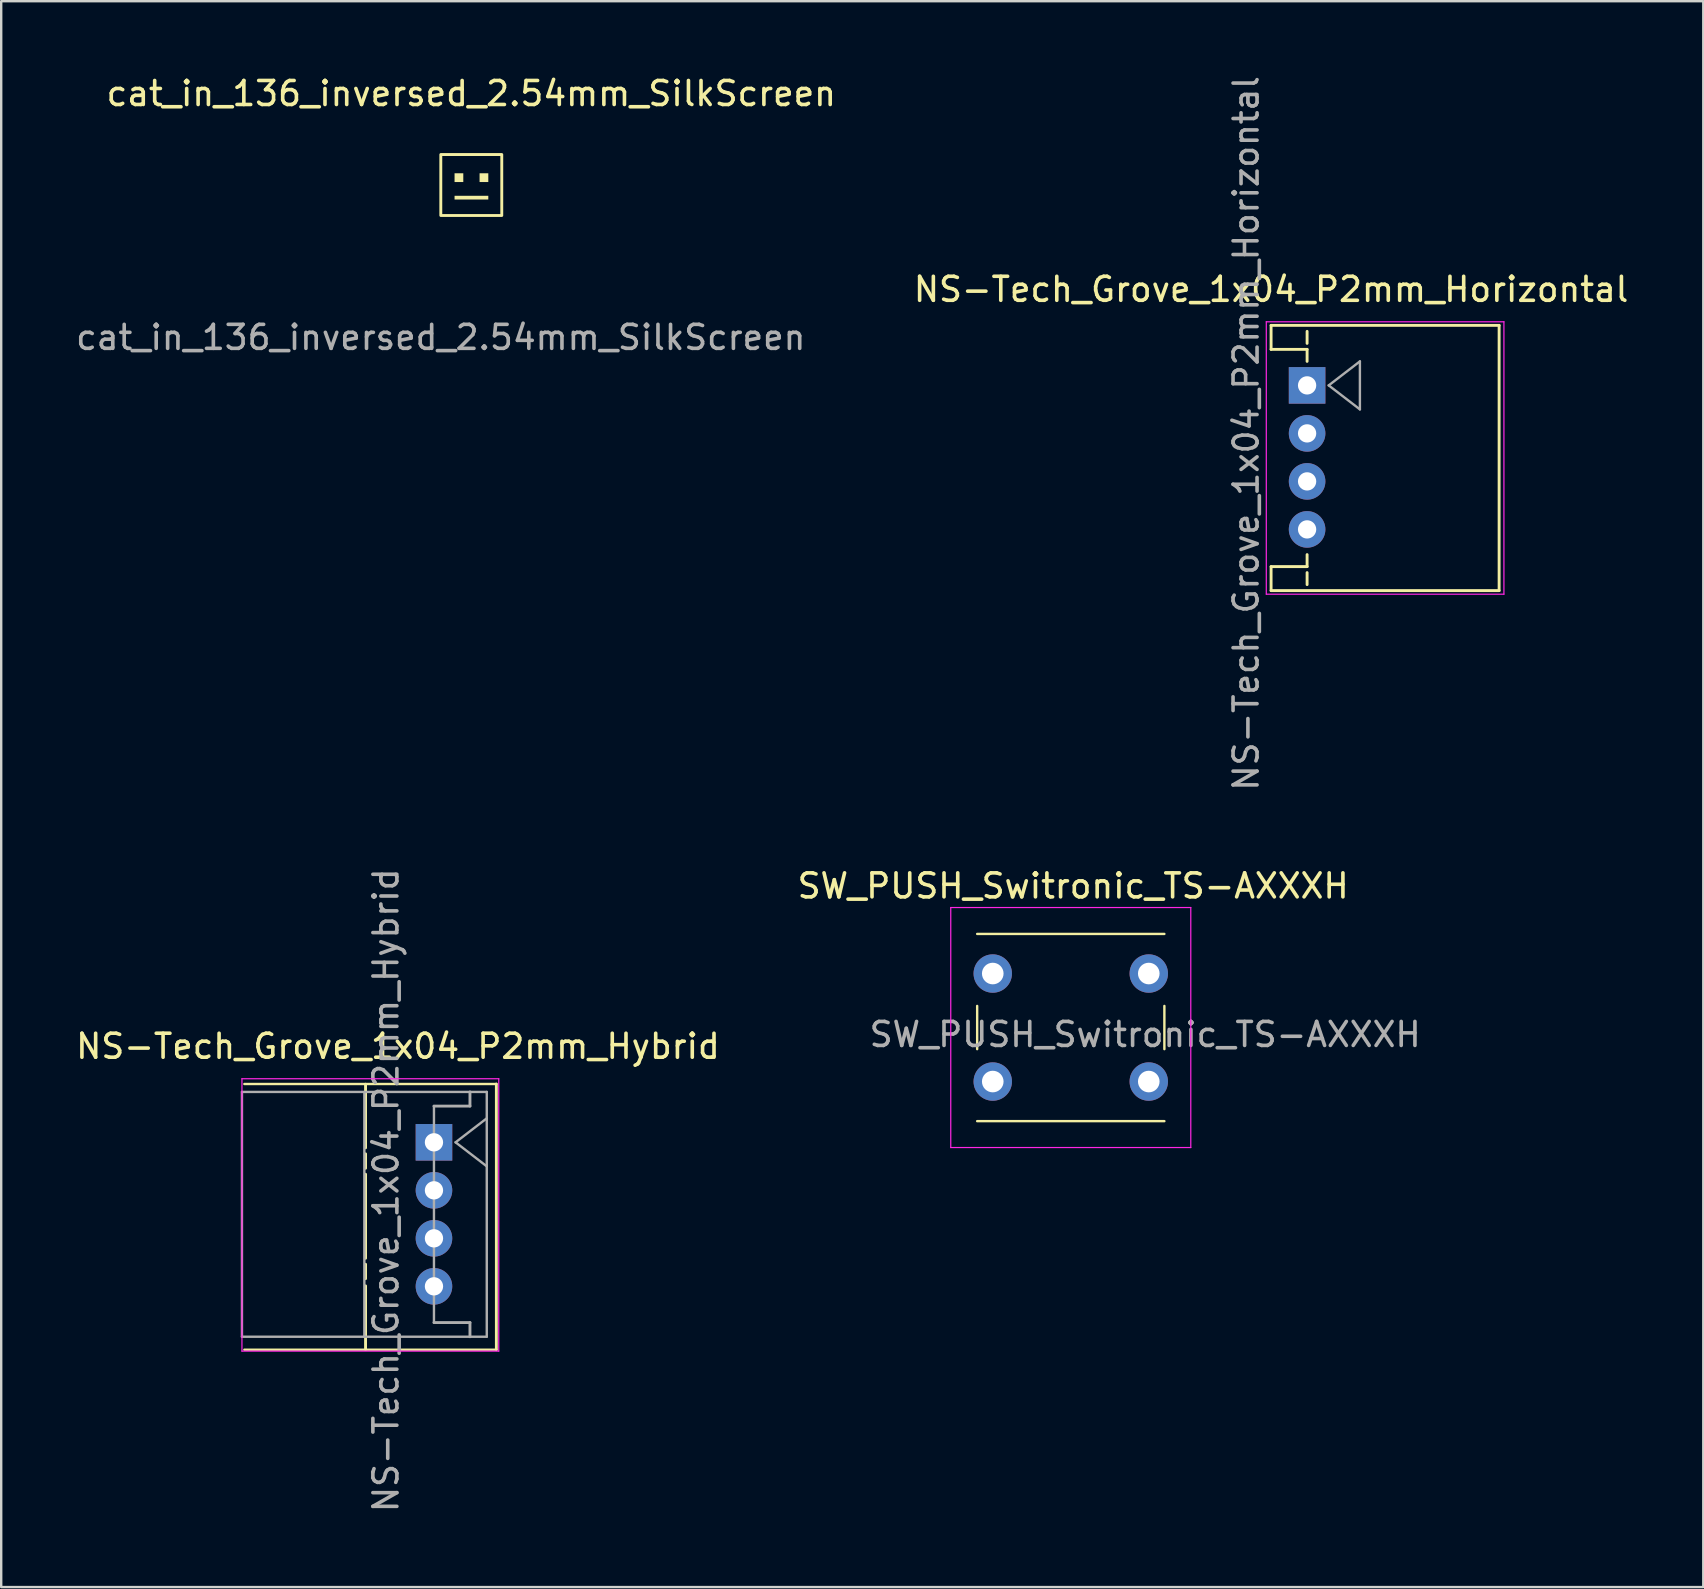
<source format=kicad_pcb>
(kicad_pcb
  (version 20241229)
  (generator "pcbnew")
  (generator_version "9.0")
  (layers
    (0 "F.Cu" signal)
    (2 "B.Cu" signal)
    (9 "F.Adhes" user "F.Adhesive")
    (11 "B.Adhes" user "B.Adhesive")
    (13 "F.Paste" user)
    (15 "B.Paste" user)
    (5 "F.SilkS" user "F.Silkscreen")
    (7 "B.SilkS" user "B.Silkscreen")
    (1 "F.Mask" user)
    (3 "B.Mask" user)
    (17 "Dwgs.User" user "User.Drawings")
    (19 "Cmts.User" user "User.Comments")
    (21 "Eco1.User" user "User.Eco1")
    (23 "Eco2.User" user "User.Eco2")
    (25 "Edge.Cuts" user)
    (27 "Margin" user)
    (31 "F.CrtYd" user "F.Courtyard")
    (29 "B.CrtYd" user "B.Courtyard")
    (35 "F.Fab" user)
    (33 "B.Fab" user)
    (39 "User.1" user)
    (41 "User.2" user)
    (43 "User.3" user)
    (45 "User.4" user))
  (footprint "cat_in_136_inversed_2.54mm_SilkScreen"
    (layer "F.Cu")
    (at 15.315 3.388)
    (property "Reference" "cat_in_136_inversed_2.54mm_SilkScreen" (at 1.27 -2.54 0) (unlocked yes) (layer "F.SilkS") (effects (font (size 1 1) (thickness 0.15))))
    (attr smd)
    (fp_rect (start 0 0) (end 2.54 2.54) (stroke (width 0.12) (type solid)) (fill no) (layer "F.SilkS"))
    (fp_poly (pts (xy 0.937 1.146) (xy 0.573 1.146) (xy 0.573 0.781) (xy 0.937 0.781)) (stroke (width 0) (type solid)) (fill yes) (layer "F.SilkS"))
    (fp_poly (pts (xy 1.979 1.146) (xy 1.615 1.146) (xy 1.615 0.781) (xy 1.979 0.781)) (stroke (width 0) (type solid)) (fill yes) (layer "F.SilkS"))
    (fp_poly (pts (xy 1.979 1.875) (xy 0.573 1.875) (xy 0.573 1.719) (xy 1.979 1.719)) (stroke (width 0) (type solid)) (fill yes) (layer "F.SilkS"))
    (fp_text user "${REFERENCE}" (at 0 7.62 0) (unlocked yes) (layer "F.Fab") (effects (font (size 1 1) (thickness 0.15)))))
  (footprint "SW_PUSH_Switronic_TS-AXXXH"
    (layer "F.Cu")
    (at 38.311 37.51)
    (property "Reference" "SW_PUSH_Switronic_TS-AXXXH" (at 3.35 -3.65 0) (layer "F.SilkS") (effects (font (size 1 1) (thickness 0.15))))
    (attr through_hole)
    (fp_line (start -0.65 -1.65) (end 7.15 -1.65) (stroke (width 0.1) (type solid)) (layer "F.SilkS"))
    (fp_line (start -0.65 3.15) (end -0.65 1.35) (stroke (width 0.1) (type solid)) (layer "F.SilkS"))
    (fp_line (start 7.15 1.35) (end 7.15 3.15) (stroke (width 0.1) (type solid)) (layer "F.SilkS"))
    (fp_line (start 7.15 6.15) (end -0.65 6.15) (stroke (width 0.1) (type solid)) (layer "F.SilkS"))
    (fp_line (start -1.75 -2.75) (end -1.75 7.25) (stroke (width 0.05) (type solid)) (layer "F.CrtYd"))
    (fp_line (start -1.75 -2.75) (end 8.25 -2.75) (stroke (width 0.05) (type solid)) (layer "F.CrtYd"))
    (fp_line (start -1.75 7.25) (end 8.25 7.25) (stroke (width 0.05) (type solid)) (layer "F.CrtYd"))
    (fp_line (start 8.25 7.25) (end 8.25 -2.75) (stroke (width 0.05) (type solid)) (layer "F.CrtYd"))
    (fp_text user "${REFERENCE}" (at 6.35 2.54 0) (layer "F.Fab") (effects (font (size 1 1) (thickness 0.15))))
    (pad "1" thru_hole circle (at 0 0) (size 1.6 1.6) (drill 0.9) (layers "*.Cu" "*.Mask"))
    (pad "1" thru_hole circle (at 6.5 0) (size 1.6 1.6) (drill 0.9) (layers "*.Cu" "*.Mask"))
    (pad "2" thru_hole circle (at 0 4.5) (size 1.6 1.6) (drill 0.9) (layers "*.Cu" "*.Mask"))
    (pad "2" thru_hole circle (at 6.5 4.5) (size 1.6 1.6) (drill 0.9) (layers "*.Cu" "*.Mask")))
  (footprint "NS-Tech_Grove_1x04_P2mm_Horizontal"
    (layer "F.Cu")
    (at 51.407 13.006)
    (property "Reference" "NS-Tech_Grove_1x04_P2mm_Horizontal" (at -1.5 -4 0) (layer "F.SilkS") (effects (font (size 1 1) (thickness 0.15))))
    (attr through_hole)
    (fp_line (start -1.5 -2.5) (end -1.5 -1.5) (stroke (width 0.12) (type solid)) (layer "F.SilkS"))
    (fp_line (start -1.5 -2.5) (end 8 -2.5) (stroke (width 0.12) (type solid)) (layer "F.SilkS"))
    (fp_line (start -1.5 -1.5) (end 0 -1.5) (stroke (width 0.12) (type solid)) (layer "F.SilkS"))
    (fp_line (start -1.5 7.55) (end -1.5 8.55) (stroke (width 0.12) (type solid)) (layer "F.SilkS"))
    (fp_line (start -1.5 7.55) (end 0 7.55) (stroke (width 0.12) (type solid)) (layer "F.SilkS"))
    (fp_line (start -1.5 8.55) (end 8 8.55) (stroke (width 0.12) (type solid)) (layer "F.SilkS"))
    (fp_line (start 0 -2.25) (end 0 -1.75) (stroke (width 0.12) (type solid)) (layer "F.SilkS"))
    (fp_line (start 0 -1.5) (end 0 -1) (stroke (width 0.12) (type solid)) (layer "F.SilkS"))
    (fp_line (start 0 7.05) (end 0 7.55) (stroke (width 0.12) (type solid)) (layer "F.SilkS"))
    (fp_line (start 0 7.8) (end 0 8.3) (stroke (width 0.12) (type solid)) (layer "F.SilkS"))
    (fp_line (start 8 -2.5) (end 8 8.55) (stroke (width 0.12) (type solid)) (layer "F.SilkS"))
    (fp_line (start -1.7 -2.65) (end -1.7 8.7) (stroke (width 0.05) (type solid)) (layer "F.CrtYd"))
    (fp_line (start -1.7 -2.65) (end 8.2 -2.65) (stroke (width 0.05) (type solid)) (layer "F.CrtYd"))
    (fp_line (start -1.7 8.7) (end 8.2 8.7) (stroke (width 0.05) (type solid)) (layer "F.CrtYd"))
    (fp_line (start 8.2 8.7) (end 8.2 -2.65) (stroke (width 0.05) (type solid)) (layer "F.CrtYd"))
    (fp_line (start 0.9 0) (end 2.2 1) (stroke (width 0.1) (type solid)) (layer "F.Fab"))
    (fp_line (start 2.2 -1) (end 0.9 0) (stroke (width 0.1) (type solid)) (layer "F.Fab"))
    (fp_line (start 2.2 -1) (end 2.2 1) (stroke (width 0.1) (type solid)) (layer "F.Fab"))
    (fp_text user "${REFERENCE}" (at -2.54 2 90) (layer "F.Fab") (effects (font (size 1 1) (thickness 0.15))))
    (pad "1" thru_hole rect (at 0 0) (size 1.524 1.524) (drill 0.762) (layers "*.Cu" "*.Mask"))
    (pad "2" thru_hole circle (at 0 2) (size 1.524 1.524) (drill 0.762) (layers "*.Cu" "*.Mask"))
    (pad "3" thru_hole circle (at 0 4) (size 1.524 1.524) (drill 0.762) (layers "*.Cu" "*.Mask"))
    (pad "4" thru_hole circle (at 0 6) (size 1.524 1.524) (drill 0.762) (layers "*.Cu" "*.Mask")))
  (footprint "NS-Tech_Grove_1x04_P2mm_Hybrid"
    (layer "F.Cu")
    (at 15.03 44.542)
    (property "Reference" "NS-Tech_Grove_1x04_P2mm_Hybrid" (at -1.5 -4 0) (layer "F.SilkS") (effects (font (size 1 1) (thickness 0.15))))
    (attr through_hole)
    (fp_line (start -7.9 -2.43) (end 2.6 -2.43) (stroke (width 0.1) (type solid)) (layer "F.SilkS"))
    (fp_line (start -2.85 -2.42) (end -2.85 0.23) (stroke (width 0.12) (type solid)) (layer "F.SilkS"))
    (fp_line (start -2.85 0.48) (end -2.85 1.08) (stroke (width 0.12) (type solid)) (layer "F.SilkS"))
    (fp_line (start -2.85 1.33) (end -2.85 4.83) (stroke (width 0.12) (type solid)) (layer "F.SilkS"))
    (fp_line (start -2.85 5.08) (end -2.85 5.68) (stroke (width 0.12) (type solid)) (layer "F.SilkS"))
    (fp_line (start -2.85 5.98) (end -2.85 8.63) (stroke (width 0.12) (type solid)) (layer "F.SilkS"))
    (fp_line (start 2.6 -2.43) (end 2.6 8.64) (stroke (width 0.12) (type solid)) (layer "F.SilkS"))
    (fp_line (start 2.6 8.64) (end -7.9 8.64) (stroke (width 0.1) (type solid)) (layer "F.SilkS"))
    (fp_line (start -8 -2.65) (end -8 8.7) (stroke (width 0.05) (type solid)) (layer "F.CrtYd"))
    (fp_line (start -8 -2.65) (end 2.7 -2.65) (stroke (width 0.05) (type solid)) (layer "F.CrtYd"))
    (fp_line (start -8 8.7) (end 2.7 8.7) (stroke (width 0.05) (type solid)) (layer "F.CrtYd"))
    (fp_line (start 2.7 8.7) (end 2.7 -2.65) (stroke (width 0.05) (type solid)) (layer "F.CrtYd"))
    (fp_line (start -8 -2.1) (end 2.2 -2.1) (stroke (width 0.1) (type solid)) (layer "F.Fab"))
    (fp_line (start -8 8.1) (end -8 -2.1) (stroke (width 0.1) (type solid)) (layer "F.Fab"))
    (fp_line (start -2.9 8.1) (end -2.9 -2.1) (stroke (width 0.1) (type solid)) (layer "F.Fab"))
    (fp_line (start 0 -1.51) (end 0 7.51) (stroke (width 0.1) (type solid)) (layer "F.Fab"))
    (fp_line (start 0 7.51) (end 1.5 7.51) (stroke (width 0.12) (type solid)) (layer "F.Fab"))
    (fp_line (start 0.9 0) (end 2.2 1) (stroke (width 0.1) (type solid)) (layer "F.Fab"))
    (fp_line (start 1.5 -1.51) (end 0 -1.51) (stroke (width 0.12) (type solid)) (layer "F.Fab"))
    (fp_line (start 1.5 -1.51) (end 1.5 -2.1) (stroke (width 0.12) (type solid)) (layer "F.Fab"))
    (fp_line (start 1.5 8.1) (end 1.5 7.51) (stroke (width 0.12) (type solid)) (layer "F.Fab"))
    (fp_line (start 2.2 -2.1) (end 2.2 8.1) (stroke (width 0.1) (type solid)) (layer "F.Fab"))
    (fp_line (start 2.2 -1) (end 0.9 0) (stroke (width 0.1) (type solid)) (layer "F.Fab"))
    (fp_line (start 2.2 8.1) (end -8 8.1) (stroke (width 0.1) (type solid)) (layer "F.Fab"))
    (fp_text user "${REFERENCE}" (at -2 2 90) (layer "F.Fab") (effects (font (size 1 1) (thickness 0.15))))
    (pad "1" thru_hole rect (at 0 0) (size 1.524 1.524) (drill 0.762) (layers "*.Cu" "*.Mask"))
    (pad "2" thru_hole circle (at 0 2) (size 1.524 1.524) (drill 0.762) (layers "*.Cu" "*.Mask"))
    (pad "3" thru_hole circle (at 0 4) (size 1.524 1.524) (drill 0.762) (layers "*.Cu" "*.Mask"))
    (pad "4" thru_hole circle (at 0 6) (size 1.524 1.524) (drill 0.762) (layers "*.Cu" "*.Mask")))
  (gr_rect
    (start -3 -3)
    (end 67.913 63.071)
    (stroke (width 0.1) (type default))
    (fill no)
    (layer "Edge.Cuts")))
</source>
